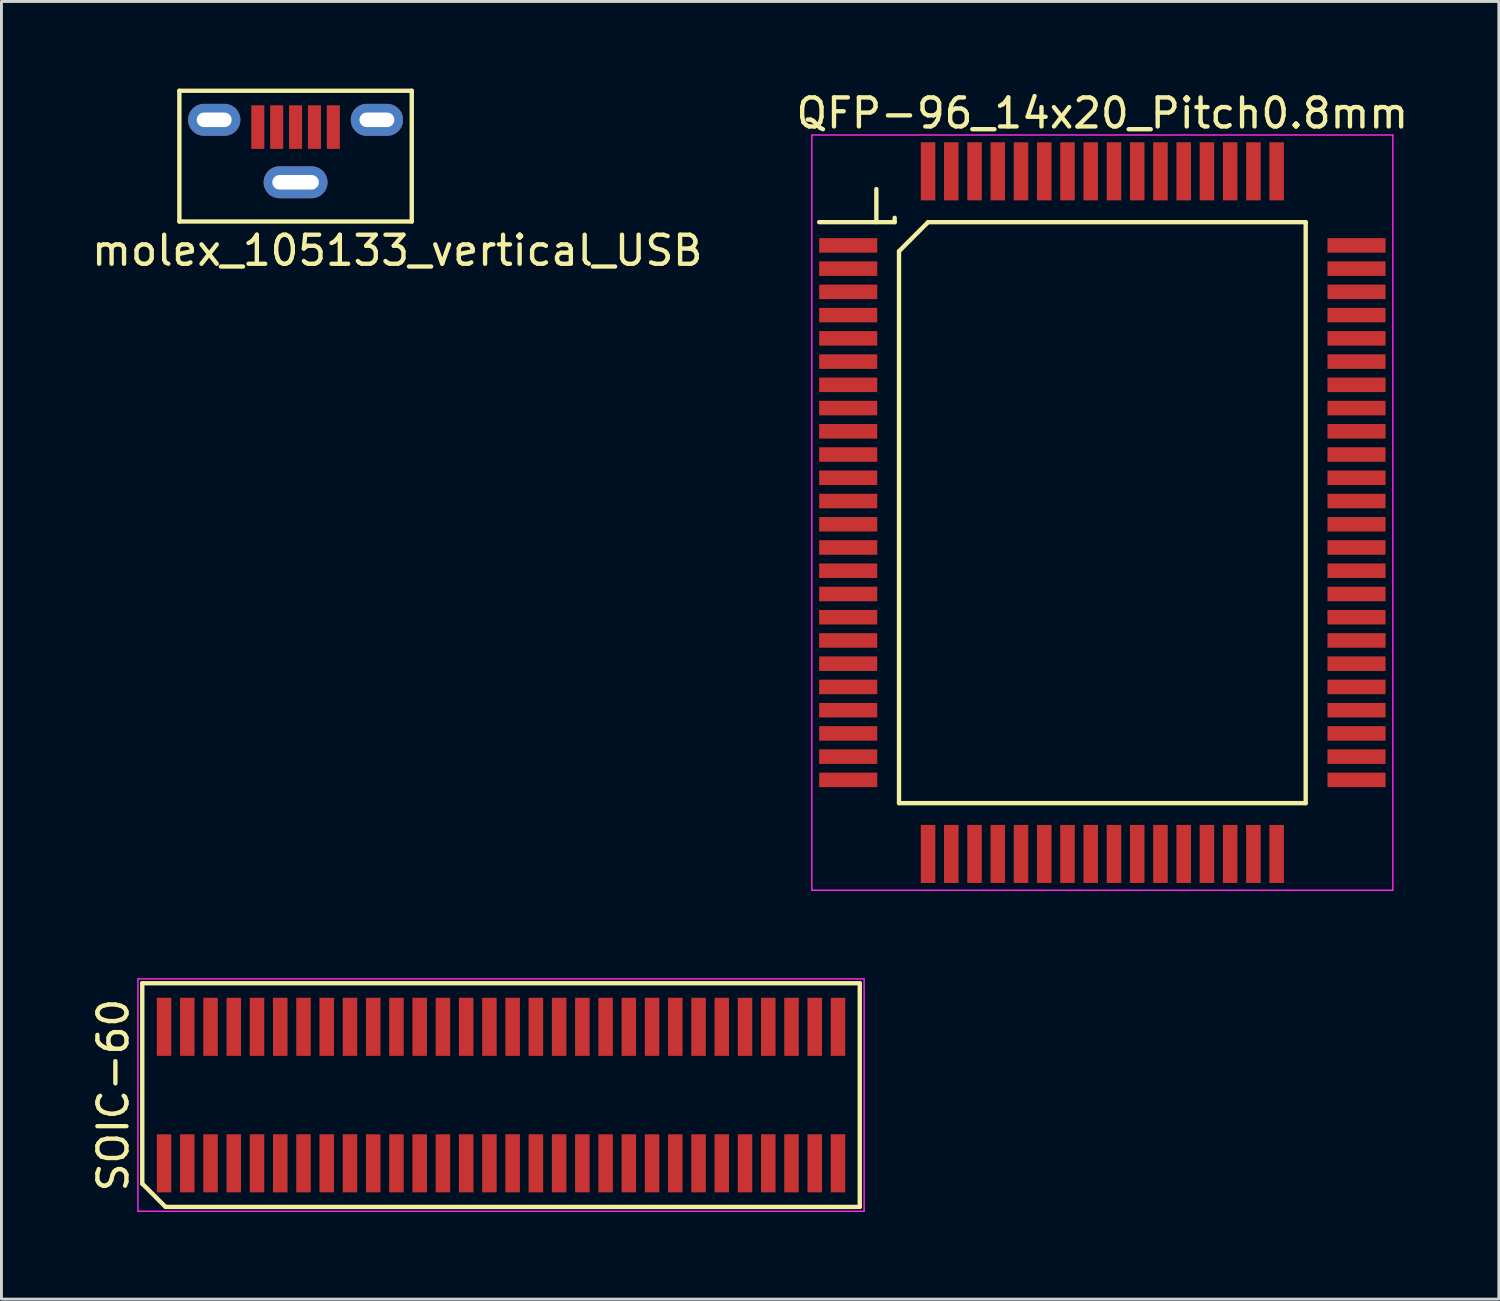
<source format=kicad_pcb>
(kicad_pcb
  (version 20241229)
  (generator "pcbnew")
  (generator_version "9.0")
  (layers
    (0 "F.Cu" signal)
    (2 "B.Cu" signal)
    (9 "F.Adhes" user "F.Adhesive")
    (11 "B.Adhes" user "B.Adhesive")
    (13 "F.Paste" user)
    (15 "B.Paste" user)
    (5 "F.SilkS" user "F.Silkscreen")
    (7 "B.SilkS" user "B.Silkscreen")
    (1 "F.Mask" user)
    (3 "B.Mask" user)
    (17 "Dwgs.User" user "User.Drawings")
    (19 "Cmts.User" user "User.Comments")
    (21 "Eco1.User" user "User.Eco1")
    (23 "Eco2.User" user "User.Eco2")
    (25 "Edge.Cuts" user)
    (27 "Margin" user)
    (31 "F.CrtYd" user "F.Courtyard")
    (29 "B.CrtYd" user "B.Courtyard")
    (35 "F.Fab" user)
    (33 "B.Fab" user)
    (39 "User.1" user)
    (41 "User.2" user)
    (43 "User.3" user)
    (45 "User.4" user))
  (footprint "molex_105133_vertical_USB"
    (layer "F.Cu")
    (at 7.125 0.575)
    (property "Reference" "molex_105133_vertical_USB" (at 3.5 5 0) (layer "F.SilkS") (effects (font (size 1 1) (thickness 0.15))))
    (attr through_hole)
    (fp_line (start -4 -0.5) (end 4 -0.5) (stroke (width 0.15) (type solid)) (layer "F.SilkS"))
    (fp_line (start -4 4) (end -4 -0.5) (stroke (width 0.15) (type solid)) (layer "F.SilkS"))
    (fp_line (start 4 -0.5) (end 4 4) (stroke (width 0.15) (type solid)) (layer "F.SilkS"))
    (fp_line (start 4 4) (end -4 4) (stroke (width 0.15) (type solid)) (layer "F.SilkS"))
    (pad "1" smd rect (at -1.3 0.75) (size 0.45 1.5) (layers "F.Cu" "F.Mask" "F.Paste"))
    (pad "2" smd rect (at -0.65 0.75) (size 0.45 1.5) (layers "F.Cu" "F.Mask" "F.Paste"))
    (pad "3" smd rect (at 0 0.75) (size 0.45 1.5) (layers "F.Cu" "F.Mask" "F.Paste"))
    (pad "4" smd rect (at 0.65 0.75) (size 0.45 1.5) (layers "F.Cu" "F.Mask" "F.Paste"))
    (pad "5" smd rect (at 1.3 0.75) (size 0.45 1.5) (layers "F.Cu" "F.Mask" "F.Paste"))
    (pad "6" thru_hole oval (at 2.8 0.5) (size 1.8 1.1) (drill oval 1.2 0.5) (layers "*.Cu" "*.Mask"))
    (pad "7" thru_hole oval (at -2.8 0.5) (size 1.8 1.1) (drill oval 1.2 0.5) (layers "*.Cu" "*.Mask"))
    (pad "8" thru_hole oval (at 0 2.65) (size 2.2 1.1) (drill oval 1.6 0.5) (layers "*.Cu" "*.Mask")))
  (footprint "SOIC-60"
    (layer "F.Cu")
    (at 14.198 34.648)
    (property "Reference" "SOIC-60" (at -13.35 0 90) (layer "F.SilkS") (effects (font (size 1 1) (thickness 0.15))))
    (attr smd)
    (fp_line (start -12.35 -3.85) (end 12.35 -3.85) (stroke (width 0.15) (type solid)) (layer "F.SilkS"))
    (fp_line (start -12.35 3.05) (end -12.35 -3.85) (stroke (width 0.15) (type solid)) (layer "F.SilkS"))
    (fp_line (start -11.55 3.85) (end -12.35 3.05) (stroke (width 0.15) (type solid)) (layer "F.SilkS"))
    (fp_line (start 12.35 -3.85) (end 12.35 3.85) (stroke (width 0.15) (type solid)) (layer "F.SilkS"))
    (fp_line (start 12.35 3.85) (end -11.55 3.85) (stroke (width 0.15) (type solid)) (layer "F.SilkS"))
    (fp_line (start -12.5 -4) (end 12.5 -4) (stroke (width 0.05) (type solid)) (layer "F.CrtYd"))
    (fp_line (start -12.5 4) (end -12.5 -4) (stroke (width 0.05) (type solid)) (layer "F.CrtYd"))
    (fp_line (start 12.5 -4) (end 12.5 4) (stroke (width 0.05) (type solid)) (layer "F.CrtYd"))
    (fp_line (start 12.5 4) (end -12.5 4) (stroke (width 0.05) (type solid)) (layer "F.CrtYd"))
    (pad "1" smd rect (at -11.6 2.35) (size 0.5 2) (layers "F.Cu" "F.Mask" "F.Paste"))
    (pad "2" smd rect (at -10.8 2.35) (size 0.5 2) (layers "F.Cu" "F.Mask" "F.Paste"))
    (pad "3" smd rect (at -10 2.35) (size 0.5 2) (layers "F.Cu" "F.Mask" "F.Paste"))
    (pad "4" smd rect (at -9.2 2.35) (size 0.5 2) (layers "F.Cu" "F.Mask" "F.Paste"))
    (pad "5" smd rect (at -8.4 2.35) (size 0.5 2) (layers "F.Cu" "F.Mask" "F.Paste"))
    (pad "6" smd rect (at -7.6 2.35) (size 0.5 2) (layers "F.Cu" "F.Mask" "F.Paste"))
    (pad "7" smd rect (at -6.8 2.35) (size 0.5 2) (layers "F.Cu" "F.Mask" "F.Paste"))
    (pad "8" smd rect (at -6 2.35) (size 0.5 2) (layers "F.Cu" "F.Mask" "F.Paste"))
    (pad "9" smd rect (at -5.2 2.35) (size 0.5 2) (layers "F.Cu" "F.Mask" "F.Paste"))
    (pad "10" smd rect (at -4.4 2.35) (size 0.5 2) (layers "F.Cu" "F.Mask" "F.Paste"))
    (pad "11" smd rect (at -3.6 2.35) (size 0.5 2) (layers "F.Cu" "F.Mask" "F.Paste"))
    (pad "12" smd rect (at -2.8 2.35) (size 0.5 2) (layers "F.Cu" "F.Mask" "F.Paste"))
    (pad "13" smd rect (at -2 2.35) (size 0.5 2) (layers "F.Cu" "F.Mask" "F.Paste"))
    (pad "14" smd rect (at -1.2 2.35) (size 0.5 2) (layers "F.Cu" "F.Mask" "F.Paste"))
    (pad "15" smd rect (at -0.4 2.35) (size 0.5 2) (layers "F.Cu" "F.Mask" "F.Paste"))
    (pad "16" smd rect (at 0.4 2.35) (size 0.5 2) (layers "F.Cu" "F.Mask" "F.Paste"))
    (pad "17" smd rect (at 1.2 2.35) (size 0.5 2) (layers "F.Cu" "F.Mask" "F.Paste"))
    (pad "18" smd rect (at 2 2.35) (size 0.5 2) (layers "F.Cu" "F.Mask" "F.Paste"))
    (pad "19" smd rect (at 2.8 2.35) (size 0.5 2) (layers "F.Cu" "F.Mask" "F.Paste"))
    (pad "20" smd rect (at 3.6 2.35) (size 0.5 2) (layers "F.Cu" "F.Mask" "F.Paste"))
    (pad "21" smd rect (at 4.4 2.35) (size 0.5 2) (layers "F.Cu" "F.Mask" "F.Paste"))
    (pad "22" smd rect (at 5.2 2.35) (size 0.5 2) (layers "F.Cu" "F.Mask" "F.Paste"))
    (pad "23" smd rect (at 6 2.35) (size 0.5 2) (layers "F.Cu" "F.Mask" "F.Paste"))
    (pad "24" smd rect (at 6.8 2.35) (size 0.5 2) (layers "F.Cu" "F.Mask" "F.Paste"))
    (pad "25" smd rect (at 7.6 2.35) (size 0.5 2) (layers "F.Cu" "F.Mask" "F.Paste"))
    (pad "26" smd rect (at 8.4 2.35) (size 0.5 2) (layers "F.Cu" "F.Mask" "F.Paste"))
    (pad "27" smd rect (at 9.2 2.35) (size 0.5 2) (layers "F.Cu" "F.Mask" "F.Paste"))
    (pad "28" smd rect (at 10 2.35) (size 0.5 2) (layers "F.Cu" "F.Mask" "F.Paste"))
    (pad "29" smd rect (at 10.8 2.35) (size 0.5 2) (layers "F.Cu" "F.Mask" "F.Paste"))
    (pad "30" smd rect (at 11.6 2.35) (size 0.5 2) (layers "F.Cu" "F.Mask" "F.Paste"))
    (pad "31" smd rect (at 11.6 -2.35) (size 0.5 2) (layers "F.Cu" "F.Mask" "F.Paste"))
    (pad "32" smd rect (at 10.8 -2.35) (size 0.5 2) (layers "F.Cu" "F.Mask" "F.Paste"))
    (pad "33" smd rect (at 10 -2.35) (size 0.5 2) (layers "F.Cu" "F.Mask" "F.Paste"))
    (pad "34" smd rect (at 9.2 -2.35) (size 0.5 2) (layers "F.Cu" "F.Mask" "F.Paste"))
    (pad "35" smd rect (at 8.4 -2.35) (size 0.5 2) (layers "F.Cu" "F.Mask" "F.Paste"))
    (pad "36" smd rect (at 7.6 -2.35) (size 0.5 2) (layers "F.Cu" "F.Mask" "F.Paste"))
    (pad "37" smd rect (at 6.8 -2.35) (size 0.5 2) (layers "F.Cu" "F.Mask" "F.Paste"))
    (pad "38" smd rect (at 6 -2.35) (size 0.5 2) (layers "F.Cu" "F.Mask" "F.Paste"))
    (pad "39" smd rect (at 5.2 -2.35) (size 0.5 2) (layers "F.Cu" "F.Mask" "F.Paste"))
    (pad "40" smd rect (at 4.4 -2.35) (size 0.5 2) (layers "F.Cu" "F.Mask" "F.Paste"))
    (pad "41" smd rect (at 3.6 -2.35) (size 0.5 2) (layers "F.Cu" "F.Mask" "F.Paste"))
    (pad "42" smd rect (at 2.8 -2.35) (size 0.5 2) (layers "F.Cu" "F.Mask" "F.Paste"))
    (pad "43" smd rect (at 2 -2.35) (size 0.5 2) (layers "F.Cu" "F.Mask" "F.Paste"))
    (pad "44" smd rect (at 1.2 -2.35) (size 0.5 2) (layers "F.Cu" "F.Mask" "F.Paste"))
    (pad "45" smd rect (at 0.4 -2.35) (size 0.5 2) (layers "F.Cu" "F.Mask" "F.Paste"))
    (pad "46" smd rect (at -0.4 -2.35) (size 0.5 2) (layers "F.Cu" "F.Mask" "F.Paste"))
    (pad "47" smd rect (at -1.2 -2.35) (size 0.5 2) (layers "F.Cu" "F.Mask" "F.Paste"))
    (pad "48" smd rect (at -2 -2.35) (size 0.5 2) (layers "F.Cu" "F.Mask" "F.Paste"))
    (pad "49" smd rect (at -2.8 -2.35) (size 0.5 2) (layers "F.Cu" "F.Mask" "F.Paste"))
    (pad "50" smd rect (at -3.6 -2.35) (size 0.5 2) (layers "F.Cu" "F.Mask" "F.Paste"))
    (pad "51" smd rect (at -4.4 -2.35) (size 0.5 2) (layers "F.Cu" "F.Mask" "F.Paste"))
    (pad "52" smd rect (at -5.2 -2.35) (size 0.5 2) (layers "F.Cu" "F.Mask" "F.Paste"))
    (pad "53" smd rect (at -6 -2.35) (size 0.5 2) (layers "F.Cu" "F.Mask" "F.Paste"))
    (pad "54" smd rect (at -6.8 -2.35) (size 0.5 2) (layers "F.Cu" "F.Mask" "F.Paste"))
    (pad "55" smd rect (at -7.6 -2.35) (size 0.5 2) (layers "F.Cu" "F.Mask" "F.Paste"))
    (pad "56" smd rect (at -8.4 -2.35) (size 0.5 2) (layers "F.Cu" "F.Mask" "F.Paste"))
    (pad "57" smd rect (at -9.2 -2.35) (size 0.5 2) (layers "F.Cu" "F.Mask" "F.Paste"))
    (pad "58" smd rect (at -10 -2.35) (size 0.5 2) (layers "F.Cu" "F.Mask" "F.Paste"))
    (pad "59" smd rect (at -10.8 -2.35) (size 0.5 2) (layers "F.Cu" "F.Mask" "F.Paste"))
    (pad "60" smd rect (at -11.6 -2.35) (size 0.5 2) (layers "F.Cu" "F.Mask" "F.Paste")))
  (footprint "QFP-96_14x20_Pitch0.8mm"
    (layer "F.Cu")
    (at 34.899 14.598)
    (property "Reference" "QFP-96_14x20_Pitch0.8mm" (at 0 -13.75 0) (layer "F.SilkS") (effects (font (size 1 1) (thickness 0.15))))
    (attr smd)
    (fp_line (start -7.78 -10.003) (end -7.78 -11.14) (stroke (width 0.15) (type solid)) (layer "F.SilkS"))
    (fp_line (start -7.15 -10.15) (end -7.15 -10) (stroke (width 0.15) (type solid)) (layer "F.SilkS"))
    (fp_line (start -7.15 -10) (end -9.75 -10) (stroke (width 0.15) (type solid)) (layer "F.SilkS"))
    (fp_line (start -7 -9) (end -7 10) (stroke (width 0.15) (type solid)) (layer "F.SilkS"))
    (fp_line (start -7 10) (end 7 10) (stroke (width 0.15) (type solid)) (layer "F.SilkS"))
    (fp_line (start -6 -10) (end -7 -9) (stroke (width 0.15) (type solid)) (layer "F.SilkS"))
    (fp_line (start 7 -10) (end -6 -10) (stroke (width 0.15) (type solid)) (layer "F.SilkS"))
    (fp_line (start 7 10) (end 7 -10) (stroke (width 0.15) (type solid)) (layer "F.SilkS"))
    (fp_line (start -10 -13) (end 10 -13) (stroke (width 0.05) (type solid)) (layer "F.CrtYd"))
    (fp_line (start -10 13) (end -10 -13) (stroke (width 0.05) (type solid)) (layer "F.CrtYd"))
    (fp_line (start 10 -13) (end 10 13) (stroke (width 0.05) (type solid)) (layer "F.CrtYd"))
    (fp_line (start 10 13) (end -10 13) (stroke (width 0.05) (type solid)) (layer "F.CrtYd"))
    (pad "1" smd rect (at -8.75 -9.2 90) (size 0.5 2) (layers "F.Cu" "F.Mask" "F.Paste"))
    (pad "2" smd rect (at -8.75 -8.4 90) (size 0.5 2) (layers "F.Cu" "F.Mask" "F.Paste"))
    (pad "3" smd rect (at -8.75 -7.6 90) (size 0.5 2) (layers "F.Cu" "F.Mask" "F.Paste"))
    (pad "4" smd rect (at -8.75 -6.8 90) (size 0.5 2) (layers "F.Cu" "F.Mask" "F.Paste"))
    (pad "5" smd rect (at -8.75 -6 90) (size 0.5 2) (layers "F.Cu" "F.Mask" "F.Paste"))
    (pad "6" smd rect (at -8.75 -5.2 90) (size 0.5 2) (layers "F.Cu" "F.Mask" "F.Paste"))
    (pad "7" smd rect (at -8.75 -4.4 90) (size 0.5 2) (layers "F.Cu" "F.Mask" "F.Paste"))
    (pad "8" smd rect (at -8.75 -3.6 90) (size 0.5 2) (layers "F.Cu" "F.Mask" "F.Paste"))
    (pad "9" smd rect (at -8.75 -2.8 90) (size 0.5 2) (layers "F.Cu" "F.Mask" "F.Paste"))
    (pad "10" smd rect (at -8.75 -2 90) (size 0.5 2) (layers "F.Cu" "F.Mask" "F.Paste"))
    (pad "11" smd rect (at -8.75 -1.2 90) (size 0.5 2) (layers "F.Cu" "F.Mask" "F.Paste"))
    (pad "12" smd rect (at -8.75 -0.4 90) (size 0.5 2) (layers "F.Cu" "F.Mask" "F.Paste"))
    (pad "13" smd rect (at -8.75 0.4 90) (size 0.5 2) (layers "F.Cu" "F.Mask" "F.Paste"))
    (pad "14" smd rect (at -8.75 1.2 90) (size 0.5 2) (layers "F.Cu" "F.Mask" "F.Paste"))
    (pad "15" smd rect (at -8.75 2 90) (size 0.5 2) (layers "F.Cu" "F.Mask" "F.Paste"))
    (pad "16" smd rect (at -8.75 2.8 90) (size 0.5 2) (layers "F.Cu" "F.Mask" "F.Paste"))
    (pad "17" smd rect (at -8.75 3.6 90) (size 0.5 2) (layers "F.Cu" "F.Mask" "F.Paste"))
    (pad "18" smd rect (at -8.75 4.4 90) (size 0.5 2) (layers "F.Cu" "F.Mask" "F.Paste"))
    (pad "19" smd rect (at -8.75 5.2 90) (size 0.5 2) (layers "F.Cu" "F.Mask" "F.Paste"))
    (pad "20" smd rect (at -8.75 6 90) (size 0.5 2) (layers "F.Cu" "F.Mask" "F.Paste"))
    (pad "21" smd rect (at -8.75 6.8 90) (size 0.5 2) (layers "F.Cu" "F.Mask" "F.Paste"))
    (pad "22" smd rect (at -8.75 7.6 90) (size 0.5 2) (layers "F.Cu" "F.Mask" "F.Paste"))
    (pad "23" smd rect (at -8.75 8.4 90) (size 0.5 2) (layers "F.Cu" "F.Mask" "F.Paste"))
    (pad "24" smd rect (at -8.75 9.2 90) (size 0.5 2) (layers "F.Cu" "F.Mask" "F.Paste"))
    (pad "25" smd rect (at -6 11.75) (size 0.5 2) (layers "F.Cu" "F.Mask" "F.Paste"))
    (pad "26" smd rect (at -5.2 11.75) (size 0.5 2) (layers "F.Cu" "F.Mask" "F.Paste"))
    (pad "27" smd rect (at -4.4 11.75) (size 0.5 2) (layers "F.Cu" "F.Mask" "F.Paste"))
    (pad "28" smd rect (at -3.6 11.75) (size 0.5 2) (layers "F.Cu" "F.Mask" "F.Paste"))
    (pad "29" smd rect (at -2.8 11.75) (size 0.5 2) (layers "F.Cu" "F.Mask" "F.Paste"))
    (pad "30" smd rect (at -2 11.75) (size 0.5 2) (layers "F.Cu" "F.Mask" "F.Paste"))
    (pad "31" smd rect (at -1.2 11.75) (size 0.5 2) (layers "F.Cu" "F.Mask" "F.Paste"))
    (pad "32" smd rect (at -0.4 11.75) (size 0.5 2) (layers "F.Cu" "F.Mask" "F.Paste"))
    (pad "33" smd rect (at 0.4 11.75) (size 0.5 2) (layers "F.Cu" "F.Mask" "F.Paste"))
    (pad "34" smd rect (at 1.2 11.75) (size 0.5 2) (layers "F.Cu" "F.Mask" "F.Paste"))
    (pad "35" smd rect (at 2 11.75) (size 0.5 2) (layers "F.Cu" "F.Mask" "F.Paste"))
    (pad "36" smd rect (at 2.8 11.75) (size 0.5 2) (layers "F.Cu" "F.Mask" "F.Paste"))
    (pad "37" smd rect (at 3.6 11.75) (size 0.5 2) (layers "F.Cu" "F.Mask" "F.Paste"))
    (pad "38" smd rect (at 4.4 11.75) (size 0.5 2) (layers "F.Cu" "F.Mask" "F.Paste"))
    (pad "39" smd rect (at 5.2 11.75) (size 0.5 2) (layers "F.Cu" "F.Mask" "F.Paste"))
    (pad "40" smd rect (at 6 11.75) (size 0.5 2) (layers "F.Cu" "F.Mask" "F.Paste"))
    (pad "41" smd rect (at 8.75 9.2 90) (size 0.5 2) (layers "F.Cu" "F.Mask" "F.Paste"))
    (pad "42" smd rect (at 8.75 8.4 90) (size 0.5 2) (layers "F.Cu" "F.Mask" "F.Paste"))
    (pad "43" smd rect (at 8.75 7.6 90) (size 0.5 2) (layers "F.Cu" "F.Mask" "F.Paste"))
    (pad "44" smd rect (at 8.75 6.8 90) (size 0.5 2) (layers "F.Cu" "F.Mask" "F.Paste"))
    (pad "45" smd rect (at 8.75 6 90) (size 0.5 2) (layers "F.Cu" "F.Mask" "F.Paste"))
    (pad "46" smd rect (at 8.75 5.2 90) (size 0.5 2) (layers "F.Cu" "F.Mask" "F.Paste"))
    (pad "47" smd rect (at 8.75 4.4 90) (size 0.5 2) (layers "F.Cu" "F.Mask" "F.Paste"))
    (pad "48" smd rect (at 8.75 3.6 90) (size 0.5 2) (layers "F.Cu" "F.Mask" "F.Paste"))
    (pad "49" smd rect (at 8.75 2.8 90) (size 0.5 2) (layers "F.Cu" "F.Mask" "F.Paste"))
    (pad "50" smd rect (at 8.75 2 90) (size 0.5 2) (layers "F.Cu" "F.Mask" "F.Paste"))
    (pad "51" smd rect (at 8.75 1.2 90) (size 0.5 2) (layers "F.Cu" "F.Mask" "F.Paste"))
    (pad "52" smd rect (at 8.75 0.4 90) (size 0.5 2) (layers "F.Cu" "F.Mask" "F.Paste"))
    (pad "53" smd rect (at 8.75 -0.4 90) (size 0.5 2) (layers "F.Cu" "F.Mask" "F.Paste"))
    (pad "54" smd rect (at 8.75 -1.2 90) (size 0.5 2) (layers "F.Cu" "F.Mask" "F.Paste"))
    (pad "55" smd rect (at 8.75 -2 90) (size 0.5 2) (layers "F.Cu" "F.Mask" "F.Paste"))
    (pad "56" smd rect (at 8.75 -2.8 90) (size 0.5 2) (layers "F.Cu" "F.Mask" "F.Paste"))
    (pad "57" smd rect (at 8.75 -3.6 90) (size 0.5 2) (layers "F.Cu" "F.Mask" "F.Paste"))
    (pad "58" smd rect (at 8.75 -4.4 90) (size 0.5 2) (layers "F.Cu" "F.Mask" "F.Paste"))
    (pad "59" smd rect (at 8.75 -5.2 90) (size 0.5 2) (layers "F.Cu" "F.Mask" "F.Paste"))
    (pad "60" smd rect (at 8.75 -6 90) (size 0.5 2) (layers "F.Cu" "F.Mask" "F.Paste"))
    (pad "61" smd rect (at 8.75 -6.8 90) (size 0.5 2) (layers "F.Cu" "F.Mask" "F.Paste"))
    (pad "62" smd rect (at 8.75 -7.6 90) (size 0.5 2) (layers "F.Cu" "F.Mask" "F.Paste"))
    (pad "63" smd rect (at 8.75 -8.4 90) (size 0.5 2) (layers "F.Cu" "F.Mask" "F.Paste"))
    (pad "64" smd rect (at 8.75 -9.2 90) (size 0.5 2) (layers "F.Cu" "F.Mask" "F.Paste"))
    (pad "65" smd rect (at 6 -11.75) (size 0.5 2) (layers "F.Cu" "F.Mask" "F.Paste"))
    (pad "66" smd rect (at 5.2 -11.75) (size 0.5 2) (layers "F.Cu" "F.Mask" "F.Paste"))
    (pad "67" smd rect (at 4.4 -11.75) (size 0.5 2) (layers "F.Cu" "F.Mask" "F.Paste"))
    (pad "68" smd rect (at 3.6 -11.75) (size 0.5 2) (layers "F.Cu" "F.Mask" "F.Paste"))
    (pad "69" smd rect (at 2.8 -11.75) (size 0.5 2) (layers "F.Cu" "F.Mask" "F.Paste"))
    (pad "70" smd rect (at 2 -11.75) (size 0.5 2) (layers "F.Cu" "F.Mask" "F.Paste"))
    (pad "71" smd rect (at 1.2 -11.75) (size 0.5 2) (layers "F.Cu" "F.Mask" "F.Paste"))
    (pad "72" smd rect (at 0.4 -11.75) (size 0.5 2) (layers "F.Cu" "F.Mask" "F.Paste"))
    (pad "73" smd rect (at -0.4 -11.75) (size 0.5 2) (layers "F.Cu" "F.Mask" "F.Paste"))
    (pad "74" smd rect (at -1.2 -11.75) (size 0.5 2) (layers "F.Cu" "F.Mask" "F.Paste"))
    (pad "75" smd rect (at -2 -11.75) (size 0.5 2) (layers "F.Cu" "F.Mask" "F.Paste"))
    (pad "76" smd rect (at -2.8 -11.75) (size 0.5 2) (layers "F.Cu" "F.Mask" "F.Paste"))
    (pad "77" smd rect (at -3.6 -11.75) (size 0.5 2) (layers "F.Cu" "F.Mask" "F.Paste"))
    (pad "78" smd rect (at -4.4 -11.75) (size 0.5 2) (layers "F.Cu" "F.Mask" "F.Paste"))
    (pad "79" smd rect (at -5.2 -11.75) (size 0.5 2) (layers "F.Cu" "F.Mask" "F.Paste"))
    (pad "80" smd rect (at -6 -11.75) (size 0.5 2) (layers "F.Cu" "F.Mask" "F.Paste")))
  (gr_rect
    (start -3 -3)
    (end 48.548 41.673)
    (stroke (width 0.1) (type default))
    (fill no)
    (layer "Edge.Cuts")))
</source>
